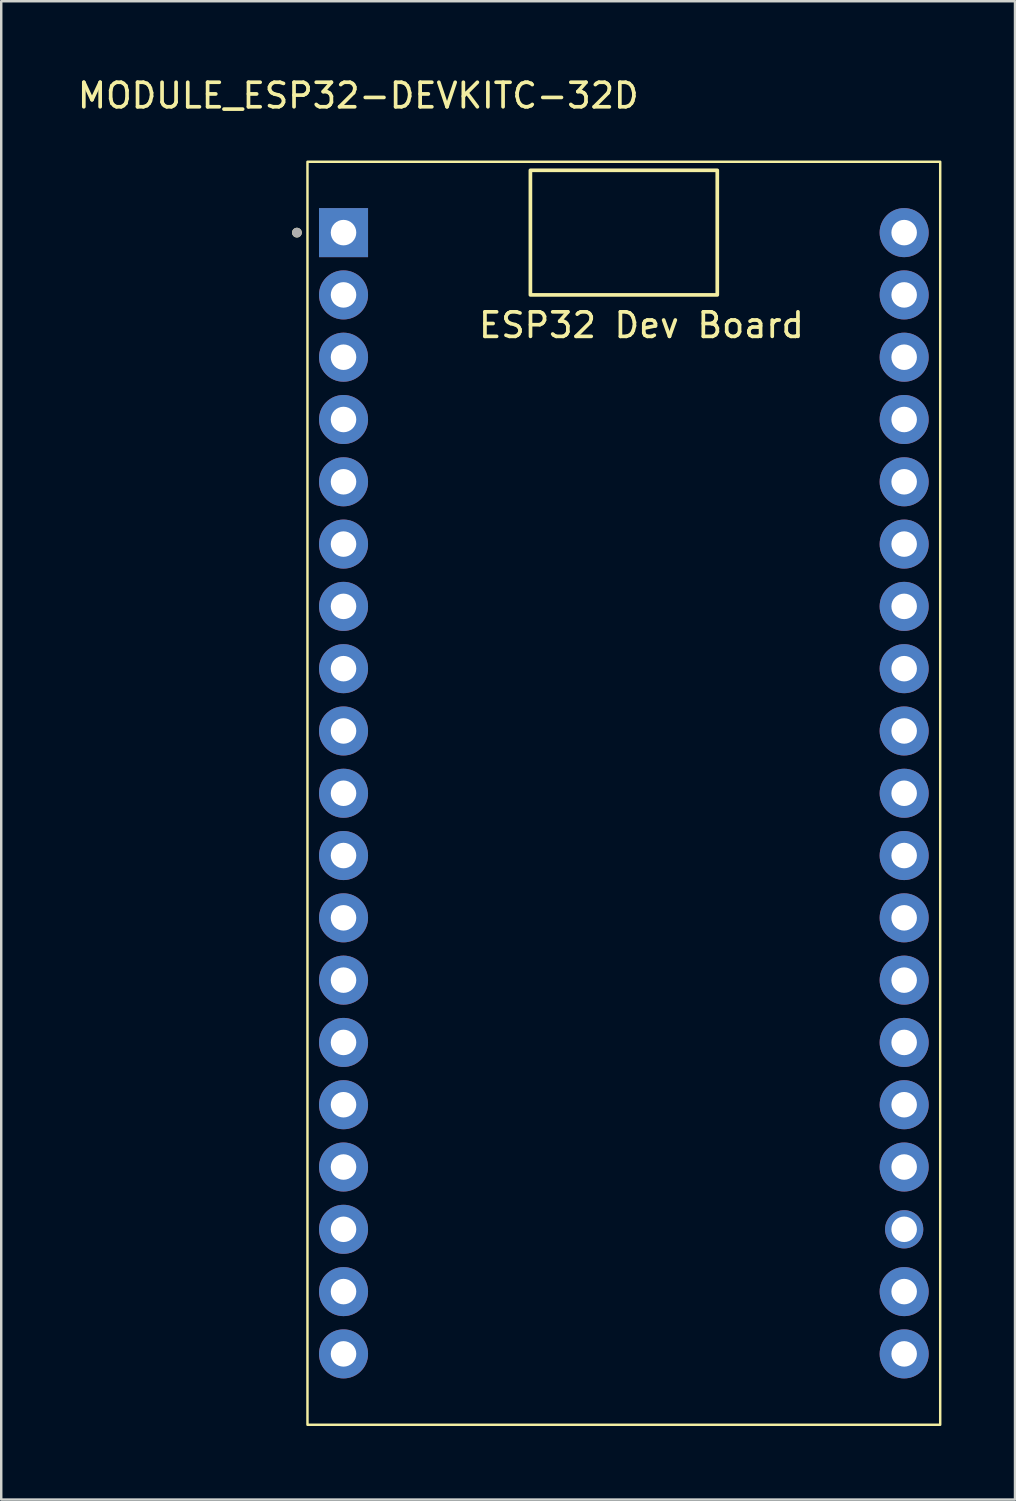
<source format=kicad_pcb>
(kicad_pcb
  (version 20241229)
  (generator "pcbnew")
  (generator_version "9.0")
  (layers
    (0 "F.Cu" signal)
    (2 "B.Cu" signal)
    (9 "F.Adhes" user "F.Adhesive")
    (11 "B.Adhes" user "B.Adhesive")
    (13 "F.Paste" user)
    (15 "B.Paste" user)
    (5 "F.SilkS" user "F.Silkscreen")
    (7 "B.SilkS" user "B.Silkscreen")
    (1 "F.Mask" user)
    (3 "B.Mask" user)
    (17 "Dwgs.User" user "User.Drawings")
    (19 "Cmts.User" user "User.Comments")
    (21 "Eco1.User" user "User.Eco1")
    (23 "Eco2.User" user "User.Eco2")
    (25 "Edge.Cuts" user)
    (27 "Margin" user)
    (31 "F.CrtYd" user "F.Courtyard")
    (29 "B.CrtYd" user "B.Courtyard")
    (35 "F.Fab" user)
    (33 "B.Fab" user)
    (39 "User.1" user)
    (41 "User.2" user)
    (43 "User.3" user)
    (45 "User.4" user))
  (footprint "MODULE_ESP32-DEVKITC-32D"
    (layer "F.Cu")
    (at 22.387 29.295)
    (property "Reference" "MODULE_ESP32-DEVKITC-32D" (at -10.829 -28.446 0) (layer "F.SilkS") (effects (font (size 1 1) (thickness 0.15))))
    (attr through_hole)
    (fp_rect (start -3.81 -25.4) (end 3.81 -20.32) (stroke (width 0.15) (type default)) (fill no) (layer "F.SilkS"))
    (fp_rect (start 12.9 25.75) (end -12.9 -25.75) (stroke (width 0.1) (type default)) (fill no) (layer "F.SilkS"))
    (fp_circle (center -13.33 -22.86) (end -13.23 -22.86) (stroke (width 0.2) (type solid)) (fill no) (layer "F.SilkS"))
    (fp_circle (center -13.33 -22.86) (end -13.23 -22.86) (stroke (width 0.2) (type solid)) (fill no) (layer "F.Fab"))
    (fp_text user "ESP32 Dev Board" (at -6 -18.5 0) (unlocked yes) (layer "F.SilkS") (effects (font (size 1 1) (thickness 0.15)) (justify left bottom)))
    (pad "J2-1" thru_hole rect (at -11.43 -22.86) (size 2 2) (drill 1.04) (layers "*.Cu" "*.Mask"))
    (pad "J2-2" thru_hole circle (at -11.43 -20.32) (size 2 2) (drill 1.04) (layers "*.Cu" "*.Mask"))
    (pad "J2-3" thru_hole circle (at -11.43 -17.78) (size 2 2) (drill 1.04) (layers "*.Cu" "*.Mask"))
    (pad "J2-4" thru_hole circle (at -11.43 -15.24) (size 2 2) (drill 1.04) (layers "*.Cu" "*.Mask"))
    (pad "J2-5" thru_hole circle (at -11.43 -12.7) (size 2 2) (drill 1.04) (layers "*.Cu" "*.Mask"))
    (pad "J2-6" thru_hole circle (at -11.43 -10.16) (size 2 2) (drill 1.04) (layers "*.Cu" "*.Mask"))
    (pad "J2-7" thru_hole circle (at -11.43 -7.62) (size 2 2) (drill 1.04) (layers "*.Cu" "*.Mask"))
    (pad "J2-8" thru_hole circle (at -11.43 -5.08) (size 2 2) (drill 1.04) (layers "*.Cu" "*.Mask"))
    (pad "J2-9" thru_hole circle (at -11.43 -2.54) (size 2 2) (drill 1.04) (layers "*.Cu" "*.Mask"))
    (pad "J2-10" thru_hole circle (at -11.43 0) (size 2 2) (drill 1.04) (layers "*.Cu" "*.Mask"))
    (pad "J2-11" thru_hole circle (at -11.43 2.54) (size 2 2) (drill 1.04) (layers "*.Cu" "*.Mask"))
    (pad "J2-12" thru_hole circle (at -11.43 5.08) (size 2 2) (drill 1.04) (layers "*.Cu" "*.Mask"))
    (pad "J2-13" thru_hole circle (at -11.43 7.62) (size 2 2) (drill 1.04) (layers "*.Cu" "*.Mask"))
    (pad "J2-14" thru_hole circle (at -11.43 10.16) (size 2 2) (drill 1.04) (layers "*.Cu" "*.Mask"))
    (pad "J2-15" thru_hole circle (at -11.43 12.7) (size 2 2) (drill 1.04) (layers "*.Cu" "*.Mask"))
    (pad "J2-16" thru_hole circle (at -11.43 15.24) (size 2 2) (drill 1.04) (layers "*.Cu" "*.Mask"))
    (pad "J2-17" thru_hole circle (at -11.43 17.78) (size 2 2) (drill 1.04) (layers "*.Cu" "*.Mask"))
    (pad "J2-18" thru_hole circle (at -11.43 20.32) (size 2 2) (drill 1.04) (layers "*.Cu" "*.Mask"))
    (pad "J2-19" thru_hole circle (at -11.43 22.86) (size 2 2) (drill 1.04) (layers "*.Cu" "*.Mask"))
    (pad "J3-1" thru_hole circle (at 11.43 -22.86) (size 2 2) (drill 1.04) (layers "*.Cu" "*.Mask"))
    (pad "J3-2" thru_hole circle (at 11.43 -20.32) (size 2 2) (drill 1.04) (layers "*.Cu" "*.Mask"))
    (pad "J3-3" thru_hole circle (at 11.43 -17.78) (size 2 2) (drill 1.04) (layers "*.Cu" "*.Mask"))
    (pad "J3-4" thru_hole circle (at 11.43 -15.24) (size 2 2) (drill 1.04) (layers "*.Cu" "*.Mask"))
    (pad "J3-5" thru_hole circle (at 11.43 -12.7) (size 2 2) (drill 1.04) (layers "*.Cu" "*.Mask"))
    (pad "J3-6" thru_hole circle (at 11.43 -10.16) (size 2 2) (drill 1.04) (layers "*.Cu" "*.Mask"))
    (pad "J3-7" thru_hole circle (at 11.43 -7.62) (size 2 2) (drill 1.04) (layers "*.Cu" "*.Mask"))
    (pad "J3-8" thru_hole circle (at 11.43 -5.08) (size 2 2) (drill 1.04) (layers "*.Cu" "*.Mask"))
    (pad "J3-9" thru_hole circle (at 11.43 -2.54) (size 2 2) (drill 1.04) (layers "*.Cu" "*.Mask"))
    (pad "J3-10" thru_hole circle (at 11.43 0) (size 2 2) (drill 1.04) (layers "*.Cu" "*.Mask"))
    (pad "J3-11" thru_hole circle (at 11.43 2.54) (size 2 2) (drill 1.04) (layers "*.Cu" "*.Mask"))
    (pad "J3-12" thru_hole circle (at 11.43 5.08) (size 2 2) (drill 1.04) (layers "*.Cu" "*.Mask"))
    (pad "J3-13" thru_hole circle (at 11.43 7.62) (size 2 2) (drill 1.04) (layers "*.Cu" "*.Mask"))
    (pad "J3-14" thru_hole circle (at 11.43 10.16) (size 2 2) (drill 1.04) (layers "*.Cu" "*.Mask"))
    (pad "J3-15" thru_hole circle (at 11.43 12.7) (size 2 2) (drill 1.04) (layers "*.Cu" "*.Mask"))
    (pad "J3-16" thru_hole circle (at 11.43 15.24) (size 2 2) (drill 1.04) (layers "*.Cu" "*.Mask"))
    (pad "J3-17" thru_hole circle (at 11.43 17.78) (size 1.56 1.56) (drill 1.04) (layers "*.Cu" "*.Mask"))
    (pad "J3-18" thru_hole circle (at 11.43 20.32) (size 2 2) (drill 1.04) (layers "*.Cu" "*.Mask"))
    (pad "J3-19" thru_hole circle (at 11.43 22.86) (size 2 2) (drill 1.04) (layers "*.Cu" "*.Mask")))
  (gr_rect
    (start -3 -3)
    (end 38.337 58.095)
    (stroke (width 0.1) (type default))
    (fill no)
    (layer "Edge.Cuts")))
</source>
